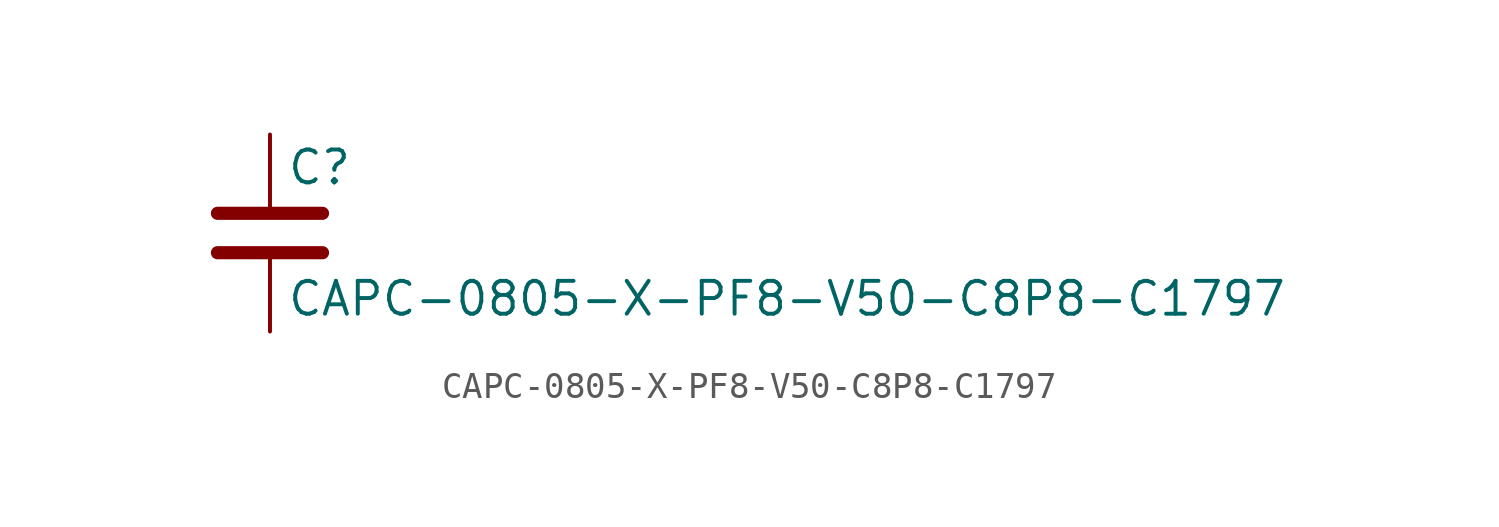
<source format=kicad_sym>
(kicad_symbol_lib
  (version 20211014)
  (generator kicad_symbol_editor)
  (symbol "CAPC-0805-X-PF8-V50-C8P8-C1797"
    (pin_numbers hide)
    (pin_names
      (offset 0.254))
    (property "Reference" "C"
      (at 0.635 2.54 0)
      (effects (font (size 1.27 1.27)) (justify left)))
    (property "Value" "CAPC-0805-X-PF8-V50-C8P8-C1797"
      (at 0.635 -2.54 0)
      (effects (font (size 1.27 1.27)) (justify left)))
    (symbol "CAPC-0805-X-PF8-V50-C8P8-C1797_0_1"
      (polyline (pts (xy -2.032 -0.762) (xy 2.032 -0.762)) (stroke (width 0.508) (type default) (color 0 0 0 0)) (fill (type none)))
      (polyline (pts (xy -2.032 0.762) (xy 2.032 0.762)) (stroke (width 0.508) (type default) (color 0 0 0 0)) (fill (type none))))
    (symbol "CAPC-0805-X-PF8-V50-C8P8-C1797_1_1"
      (pin passive line (at 0 3.81 270) (length 2.794) (name "~" (effects (font (size 1.27 1.27)))) (number "1" (effects (font (size 1.27 1.27)))))
      (pin passive line (at 0 -3.81 90) (length 2.794) (name "~" (effects (font (size 1.27 1.27)))) (number "2" (effects (font (size 1.27 1.27))))))))
</source>
